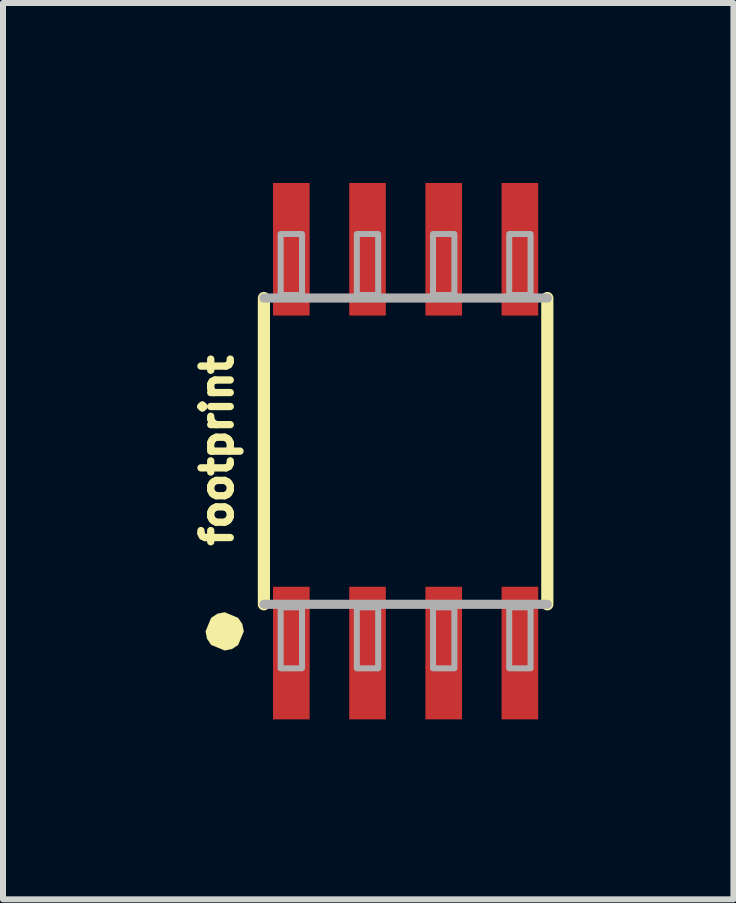
<source format=kicad_pcb>
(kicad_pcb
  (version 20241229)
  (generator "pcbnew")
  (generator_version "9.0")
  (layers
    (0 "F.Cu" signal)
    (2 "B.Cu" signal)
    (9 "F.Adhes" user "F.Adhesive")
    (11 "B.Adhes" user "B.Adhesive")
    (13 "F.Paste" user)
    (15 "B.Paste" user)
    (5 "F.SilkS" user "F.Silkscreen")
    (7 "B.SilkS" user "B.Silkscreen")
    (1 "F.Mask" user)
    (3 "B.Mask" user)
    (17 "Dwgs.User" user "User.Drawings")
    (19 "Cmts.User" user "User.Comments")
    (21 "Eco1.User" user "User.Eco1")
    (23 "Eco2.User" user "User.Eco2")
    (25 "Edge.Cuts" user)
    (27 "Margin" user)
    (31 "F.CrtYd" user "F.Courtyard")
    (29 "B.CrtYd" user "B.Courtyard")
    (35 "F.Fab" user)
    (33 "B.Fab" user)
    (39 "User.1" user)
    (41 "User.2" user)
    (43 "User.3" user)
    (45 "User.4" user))
  (footprint "footprint"
    (layer "F.Cu")
    (at 3.711 4.458)
    (property "Reference" "footprint" (at -2.857 0 90) (layer "F.SilkS") (effects (font (size 0.488 0.488) (thickness 0.122)) (justify bottom)))
    (fp_line (start -2.362 -2.54) (end -2.362 2.565) (stroke (width 0.203) (type solid)) (layer "F.SilkS"))
    (fp_line (start 2.362 2.565) (end 2.362 -2.54) (stroke (width 0.203) (type solid)) (layer "F.SilkS"))
    (fp_poly (pts (xy -2.791 2.791) (xy -2.722 2.894) (xy -2.697 3.016) (xy -2.791 3.242) (xy -2.894 3.311) (xy -3.016 3.335) (xy -3.242 3.242) (xy -3.311 3.138) (xy -3.335 3.016) (xy -3.242 2.791) (xy -3.138 2.722) (xy -3.016 2.697)) (stroke (width 0) (type solid)) (fill yes) (layer "F.SilkS"))
    (fp_line (start -2.362 2.565) (end 2.362 2.565) (stroke (width 0.152) (type solid)) (layer "F.Fab"))
    (fp_line (start 2.362 -2.54) (end -2.362 -2.54) (stroke (width 0.152) (type solid)) (layer "F.Fab"))
    (fp_poly (pts (xy -2.083 -2.591) (xy -1.727 -2.591) (xy -1.727 -3.607) (xy -2.083 -3.607)) (stroke (width 0.1) (type solid)) (fill no) (layer "F.Fab"))
    (fp_poly (pts (xy -2.083 3.632) (xy -1.727 3.632) (xy -1.727 2.616) (xy -2.083 2.616)) (stroke (width 0.1) (type solid)) (fill no) (layer "F.Fab"))
    (fp_poly (pts (xy -0.813 -2.591) (xy -0.457 -2.591) (xy -0.457 -3.607) (xy -0.813 -3.607)) (stroke (width 0.1) (type solid)) (fill no) (layer "F.Fab"))
    (fp_poly (pts (xy -0.813 3.632) (xy -0.457 3.632) (xy -0.457 2.616) (xy -0.813 2.616)) (stroke (width 0.1) (type solid)) (fill no) (layer "F.Fab"))
    (fp_poly (pts (xy 0.457 -2.591) (xy 0.813 -2.591) (xy 0.813 -3.607) (xy 0.457 -3.607)) (stroke (width 0.1) (type solid)) (fill no) (layer "F.Fab"))
    (fp_poly (pts (xy 0.457 3.632) (xy 0.813 3.632) (xy 0.813 2.616) (xy 0.457 2.616)) (stroke (width 0.1) (type solid)) (fill no) (layer "F.Fab"))
    (fp_poly (pts (xy 1.727 -2.591) (xy 2.083 -2.591) (xy 2.083 -3.607) (xy 1.727 -3.607)) (stroke (width 0.1) (type solid)) (fill no) (layer "F.Fab"))
    (fp_poly (pts (xy 1.727 3.632) (xy 2.083 3.632) (xy 2.083 2.616) (xy 1.727 2.616)) (stroke (width 0.1) (type solid)) (fill no) (layer "F.Fab"))
    (pad "1" smd rect (at -1.905 3.378) (size 0.61 2.21) (layers "F.Cu" "F.Mask" "F.Paste"))
    (pad "2" smd rect (at -0.635 3.378) (size 0.61 2.21) (layers "F.Cu" "F.Mask" "F.Paste"))
    (pad "3" smd rect (at 0.635 3.378) (size 0.61 2.21) (layers "F.Cu" "F.Mask" "F.Paste"))
    (pad "4" smd rect (at 1.905 3.378) (size 0.61 2.21) (layers "F.Cu" "F.Mask" "F.Paste"))
    (pad "5" smd rect (at 1.905 -3.353) (size 0.61 2.21) (layers "F.Cu" "F.Mask" "F.Paste"))
    (pad "6" smd rect (at 0.635 -3.353) (size 0.61 2.21) (layers "F.Cu" "F.Mask" "F.Paste"))
    (pad "7" smd rect (at -0.635 -3.353) (size 0.61 2.21) (layers "F.Cu" "F.Mask" "F.Paste"))
    (pad "8" smd rect (at -1.905 -3.353) (size 0.61 2.21) (layers "F.Cu" "F.Mask" "F.Paste")))
  (gr_rect
    (start -3 -3)
    (end 9.175 11.941)
    (stroke (width 0.1) (type default))
    (fill no)
    (layer "Edge.Cuts")))
</source>
